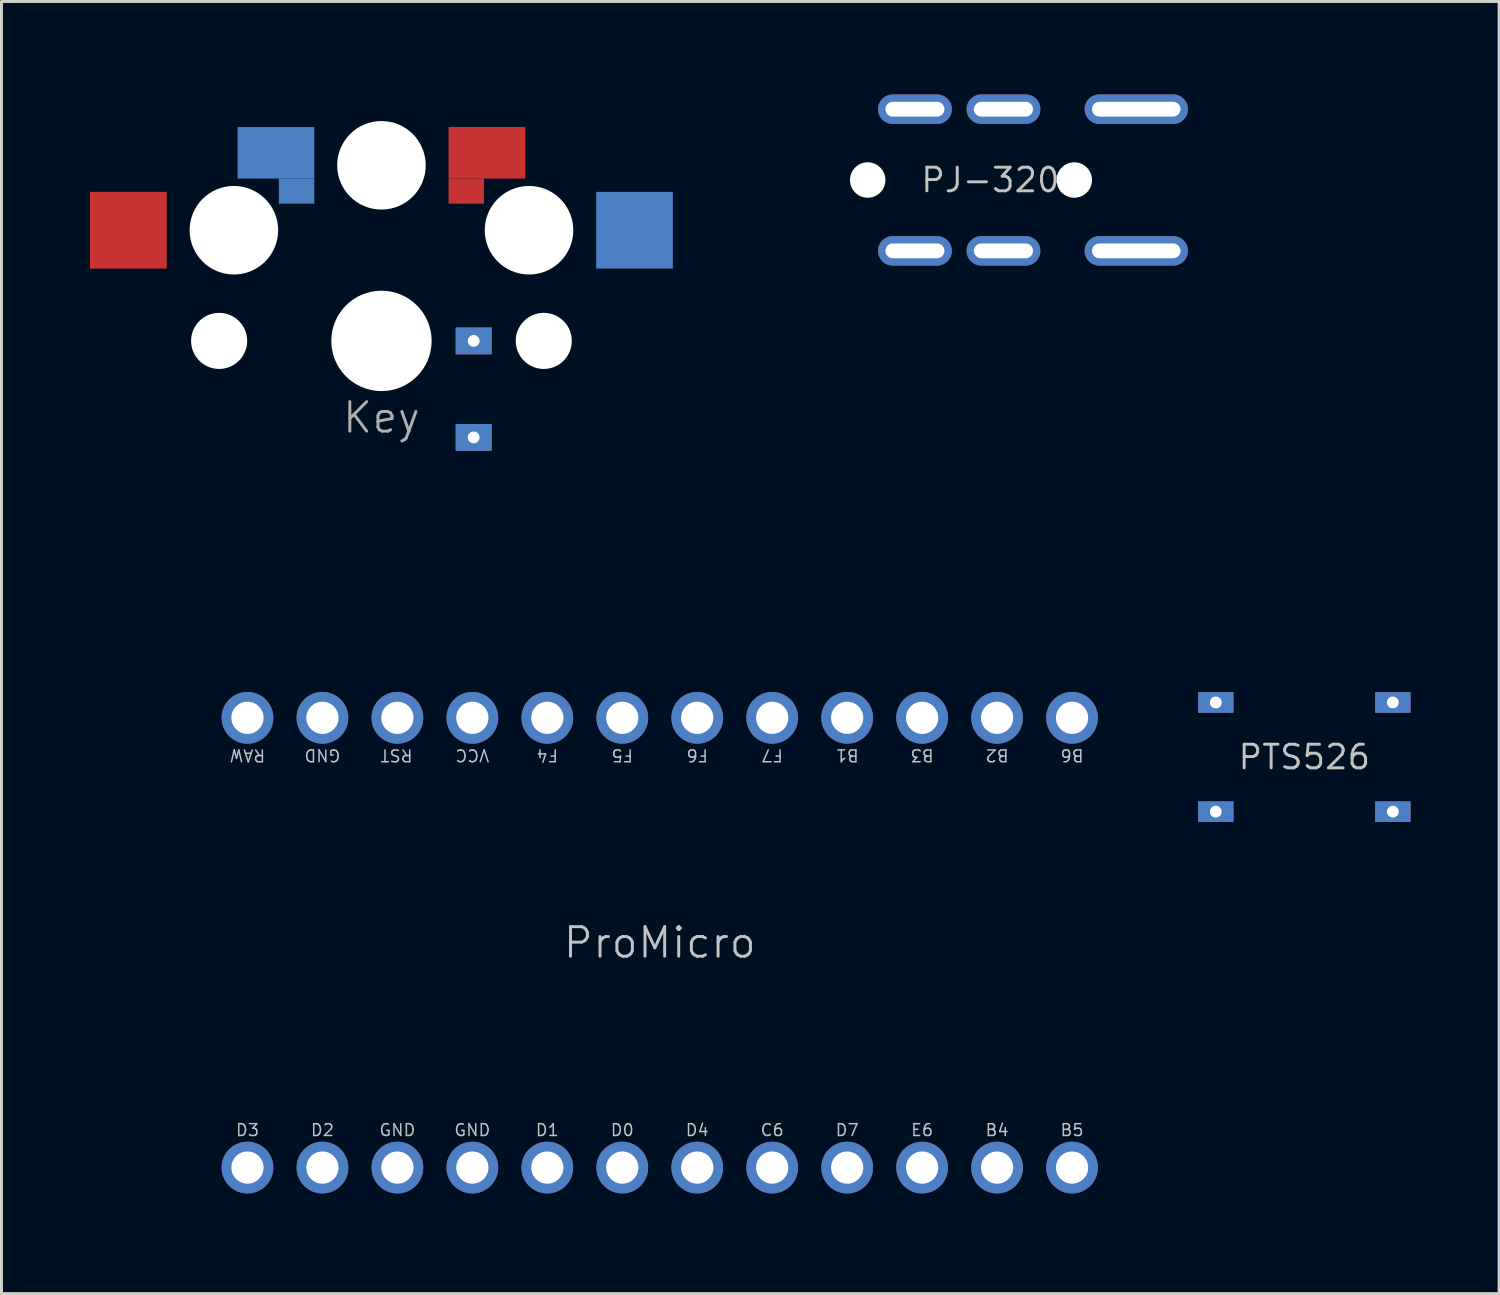
<source format=kicad_pcb>
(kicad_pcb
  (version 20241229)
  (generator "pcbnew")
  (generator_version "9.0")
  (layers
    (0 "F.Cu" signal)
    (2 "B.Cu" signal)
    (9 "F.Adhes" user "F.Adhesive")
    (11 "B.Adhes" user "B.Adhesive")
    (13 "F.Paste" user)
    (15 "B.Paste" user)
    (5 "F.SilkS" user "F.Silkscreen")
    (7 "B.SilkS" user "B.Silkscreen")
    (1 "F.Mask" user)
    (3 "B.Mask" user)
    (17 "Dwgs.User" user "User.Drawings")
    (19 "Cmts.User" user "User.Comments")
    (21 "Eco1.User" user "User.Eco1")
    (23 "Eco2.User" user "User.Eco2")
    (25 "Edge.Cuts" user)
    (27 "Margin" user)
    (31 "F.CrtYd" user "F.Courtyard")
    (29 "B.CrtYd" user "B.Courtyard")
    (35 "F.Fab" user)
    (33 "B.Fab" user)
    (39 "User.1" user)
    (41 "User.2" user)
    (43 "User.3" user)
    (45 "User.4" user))
  (footprint "PJ-320A"
    (layer "F.Cu")
    (at 30.851 3.05)
    (property "Reference" "PJ-320A" (at 0 0 0) (unlocked yes) (layer "Dwgs.User") (effects (font (size 0.8 0.8) (thickness 0.1))))
    (attr through_hole)
    (fp_rect (start -8.1 -3.05) (end 6.1 3.05) (stroke (width 0.001) (type default)) (fill no) (layer "B.Fab"))
    (fp_rect (start 6.1 -3.05) (end -8.1 3.05) (stroke (width 0.001) (type default)) (fill no) (layer "F.Fab"))
    (pad "" np_thru_hole circle (at -4.5 0) (size 1.2 1.2) (drill 1.2) (layers "*.Cu"))
    (pad "" np_thru_hole circle (at 2.5 0) (size 1.2 1.2) (drill 1.2) (layers "*.Cu"))
    (pad "1" thru_hole oval (at -2.9 2.4) (size 2.5 1) (drill oval 2 0.5) (layers "*.Cu" "*.Mask"))
    (pad "2" thru_hole oval (at 0.1 2.4) (size 2.5 1) (drill oval 2 0.5) (layers "*.Cu" "*.Mask"))
    (pad "3" thru_hole oval (at 4.6 2.4) (size 3.5 1) (drill oval 3 0.5) (layers "*.Cu" "*.Mask"))
    (pad "4" thru_hole oval (at 4.6 -2.4) (size 3.5 1) (drill oval 3 0.5) (layers "*.Cu" "*.Mask"))
    (pad "5" thru_hole oval (at 0.1 -2.4) (size 2.5 1) (drill oval 2 0.5) (layers "*.Cu" "*.Mask"))
    (pad "6" thru_hole oval (at -2.9 -2.4) (size 2.5 1) (drill oval 2 0.5) (layers "*.Cu" "*.Mask")))
  (footprint "ProMicro"
    (layer "F.Cu")
    (at 19.305 28.892)
    (property "Reference" "ProMicro" (at 0 0 0) (layer "Dwgs.User") (effects (font (size 1 1) (thickness 0.1))))
    (attr through_hole)
    (fp_rect (start -19.304 -3.556) (end -14.224 3.81) (stroke (width 0.001) (type default)) (fill no) (layer "Dwgs.User"))
    (fp_rect (start -17.78 -8.89) (end 15.24 8.89) (stroke (width 0.001) (type default)) (fill no) (layer "F.Fab"))
    (fp_text user "D3" (at -13.97 6.35 0) (unlocked yes) (layer "Dwgs.User") (effects (font (size 0.4 0.4) (thickness 0.05))))
    (fp_text user "D0" (at -1.27 6.35 0) (unlocked yes) (layer "Dwgs.User") (effects (font (size 0.4 0.4) (thickness 0.05))))
    (fp_text user "D1" (at -3.81 6.35 0) (unlocked yes) (layer "Dwgs.User") (effects (font (size 0.4 0.4) (thickness 0.05))))
    (fp_text user "F5" (at -1.27 -6.35 180) (unlocked yes) (layer "Dwgs.User") (effects (font (size 0.4 0.4) (thickness 0.05))))
    (fp_text user "RAW" (at -13.97 -6.35 180) (unlocked yes) (layer "Dwgs.User") (effects (font (size 0.4 0.4) (thickness 0.05))))
    (fp_text user "GND" (at -11.43 -6.35 180) (unlocked yes) (layer "Dwgs.User") (effects (font (size 0.4 0.4) (thickness 0.05))))
    (fp_text user "RST" (at -8.92 -6.35 180) (unlocked yes) (layer "Dwgs.User") (effects (font (size 0.4 0.4) (thickness 0.05))))
    (fp_text user "B1" (at 6.35 -6.35 180) (unlocked yes) (layer "Dwgs.User") (effects (font (size 0.4 0.4) (thickness 0.05))))
    (fp_text user "B5" (at 13.97 6.35 0) (unlocked yes) (layer "Dwgs.User") (effects (font (size 0.4 0.4) (thickness 0.05))))
    (fp_text user "F4" (at -3.81 -6.35 180) (unlocked yes) (layer "Dwgs.User") (effects (font (size 0.4 0.4) (thickness 0.05))))
    (fp_text user "VCC" (at -6.35 -6.35 180) (unlocked yes) (layer "Dwgs.User") (effects (font (size 0.4 0.4) (thickness 0.05))))
    (fp_text user "F6" (at 1.27 -6.35 180) (unlocked yes) (layer "Dwgs.User") (effects (font (size 0.4 0.4) (thickness 0.05))))
    (fp_text user "F7" (at 3.81 -6.35 180) (unlocked yes) (layer "Dwgs.User") (effects (font (size 0.4 0.4) (thickness 0.05))))
    (fp_text user "C6" (at 3.81 6.35 0) (unlocked yes) (layer "Dwgs.User") (effects (font (size 0.4 0.4) (thickness 0.05))))
    (fp_text user "GND" (at -8.89 6.35 0) (unlocked yes) (layer "Dwgs.User") (effects (font (size 0.4 0.4) (thickness 0.05))))
    (fp_text user "E6" (at 8.89 6.35 0) (unlocked yes) (layer "Dwgs.User") (effects (font (size 0.4 0.4) (thickness 0.05))))
    (fp_text user "D2" (at -11.43 6.35 0) (unlocked yes) (layer "Dwgs.User") (effects (font (size 0.4 0.4) (thickness 0.05))))
    (fp_text user "B6" (at 13.97 -6.35 180) (unlocked yes) (layer "Dwgs.User") (effects (font (size 0.4 0.4) (thickness 0.05))))
    (fp_text user "D4" (at 1.27 6.35 0) (unlocked yes) (layer "Dwgs.User") (effects (font (size 0.4 0.4) (thickness 0.05))))
    (fp_text user "GND" (at -6.35 6.35 0) (unlocked yes) (layer "Dwgs.User") (effects (font (size 0.4 0.4) (thickness 0.05))))
    (fp_text user "B3" (at 8.89 -6.35 180) (unlocked yes) (layer "Dwgs.User") (effects (font (size 0.4 0.4) (thickness 0.05))))
    (fp_text user "B2" (at 11.43 -6.35 180) (unlocked yes) (layer "Dwgs.User") (effects (font (size 0.4 0.4) (thickness 0.05))))
    (fp_text user "D7" (at 6.35 6.35 0) (unlocked yes) (layer "Dwgs.User") (effects (font (size 0.4 0.4) (thickness 0.05))))
    (fp_text user "B4" (at 11.43 6.35 0) (unlocked yes) (layer "Dwgs.User") (effects (font (size 0.4 0.4) (thickness 0.05))))
    (pad "1" thru_hole circle (at -13.97 7.62) (size 1.753 1.753) (drill 1.092) (layers "*.Cu" "*.Mask"))
    (pad "2" thru_hole circle (at -11.43 7.62) (size 1.753 1.753) (drill 1.092) (layers "*.Cu" "*.Mask"))
    (pad "3" thru_hole circle (at -8.89 7.62) (size 1.753 1.753) (drill 1.092) (layers "*.Cu" "*.Mask"))
    (pad "4" thru_hole circle (at -6.35 7.62) (size 1.753 1.753) (drill 1.092) (layers "*.Cu" "*.Mask"))
    (pad "5" thru_hole circle (at -3.81 7.62) (size 1.753 1.753) (drill 1.092) (layers "*.Cu" "*.Mask"))
    (pad "6" thru_hole circle (at -1.27 7.62) (size 1.753 1.753) (drill 1.092) (layers "*.Cu" "*.Mask"))
    (pad "7" thru_hole circle (at 1.27 7.62) (size 1.753 1.753) (drill 1.092) (layers "*.Cu" "*.Mask"))
    (pad "8" thru_hole circle (at 3.81 7.62) (size 1.753 1.753) (drill 1.092) (layers "*.Cu" "*.Mask"))
    (pad "9" thru_hole circle (at 6.35 7.62) (size 1.753 1.753) (drill 1.092) (layers "*.Cu" "*.Mask"))
    (pad "10" thru_hole circle (at 8.89 7.62) (size 1.753 1.753) (drill 1.092) (layers "*.Cu" "*.Mask"))
    (pad "11" thru_hole circle (at 11.43 7.62) (size 1.753 1.753) (drill 1.092) (layers "*.Cu" "*.Mask"))
    (pad "12" thru_hole circle (at 13.97 7.62) (size 1.753 1.753) (drill 1.092) (layers "*.Cu" "*.Mask"))
    (pad "13" thru_hole circle (at 13.97 -7.62) (size 1.753 1.753) (drill 1.092) (layers "*.Cu" "*.Mask"))
    (pad "14" thru_hole circle (at 11.43 -7.62) (size 1.753 1.753) (drill 1.092) (layers "*.Cu" "*.Mask"))
    (pad "15" thru_hole circle (at 8.89 -7.62) (size 1.753 1.753) (drill 1.092) (layers "*.Cu" "*.Mask"))
    (pad "16" thru_hole circle (at 6.35 -7.62) (size 1.753 1.753) (drill 1.092) (layers "*.Cu" "*.Mask"))
    (pad "17" thru_hole circle (at 3.81 -7.62) (size 1.753 1.753) (drill 1.092) (layers "*.Cu" "*.Mask"))
    (pad "18" thru_hole circle (at 1.27 -7.62) (size 1.753 1.753) (drill 1.092) (layers "*.Cu" "*.Mask"))
    (pad "19" thru_hole circle (at -1.27 -7.62) (size 1.753 1.753) (drill 1.092) (layers "*.Cu" "*.Mask"))
    (pad "20" thru_hole circle (at -3.81 -7.62) (size 1.753 1.753) (drill 1.092) (layers "*.Cu" "*.Mask"))
    (pad "21" thru_hole circle (at -6.35 -7.62) (size 1.753 1.753) (drill 1.092) (layers "*.Cu" "*.Mask"))
    (pad "22" thru_hole circle (at -8.89 -7.62) (size 1.753 1.753) (drill 1.092) (layers "*.Cu" "*.Mask"))
    (pad "23" thru_hole circle (at -11.43 -7.62) (size 1.753 1.753) (drill 1.092) (layers "*.Cu" "*.Mask"))
    (pad "24" thru_hole circle (at -13.97 -7.62) (size 1.753 1.753) (drill 1.092) (layers "*.Cu" "*.Mask")))
  (footprint "PTS526"
    (layer "F.Cu")
    (at 41.145 22.602)
    (property "Reference" "PTS526" (at 0 0 0) (unlocked yes) (layer "Dwgs.User") (effects (font (size 0.8 0.8) (thickness 0.1))))
    (attr smd)
    (fp_rect (start -2.6 -2.6) (end 2.6 2.6) (stroke (width 0.001) (type default)) (fill no) (layer "B.Fab"))
    (fp_rect (start -2.6 -2.6) (end 2.6 2.6) (stroke (width 0.001) (type default)) (fill no) (layer "F.Fab"))
    (pad "1" thru_hole rect (at -3 -1.85) (size 1.2 0.7) (drill 0.4) (layers "*.Cu" "*.Mask"))
    (pad "2" thru_hole rect (at 3 -1.85) (size 1.2 0.7) (drill 0.4) (layers "*.Cu" "*.Mask"))
    (pad "3" thru_hole rect (at -3 1.85) (size 1.2 0.7) (drill 0.4) (layers "*.Cu" "*.Mask"))
    (pad "4" thru_hole rect (at 3 1.85) (size 1.2 0.7) (drill 0.4) (layers "*.Cu" "*.Mask")))
  (footprint "Key"
    (layer "F.Cu")
    (at 9.875 8.501)
    (property "Reference" "Key" (at 0 2.6 0) (unlocked yes) (layer "F.Fab") (effects (font (size 1 1) (thickness 0.1))))
    (attr through_hole)
    (fp_rect (start -9 -8.5) (end 9 8.5) (stroke (width 0.001) (type default)) (fill no) (layer "Dwgs.User"))
    (fp_rect (start -6.9 -6.9) (end 6.9 6.9) (stroke (width 0.001) (type default)) (fill no) (layer "B.Fab"))
    (fp_rect (start 7.275 -8.275) (end -2.275 -1.425) (stroke (width 0.001) (type default)) (fill no) (layer "B.Fab"))
    (fp_rect (start -7.275 -8.275) (end 2.275 -1.425) (stroke (width 0.001) (type default)) (fill no) (layer "F.Fab"))
    (fp_rect (start -6.9 -6.9) (end 6.9 6.9) (stroke (width 0.001) (type default)) (fill no) (layer "F.Fab"))
    (pad "" np_thru_hole circle (at -5.5 0) (size 1.9 1.9) (drill 1.9) (layers "*.Cu" "*.Mask"))
    (pad "" np_thru_hole circle (at -5 -3.75) (size 3 3) (drill 3) (layers "*.Cu" "*.Mask"))
    (pad "" np_thru_hole circle (at 0 -5.95) (size 3 3) (drill 3) (layers "*.Cu" "*.Mask"))
    (pad "" np_thru_hole circle (at 0 0) (size 3.4 3.4) (drill 3.4) (layers "*.Cu" "*.Mask"))
    (pad "" np_thru_hole circle (at 5 -3.75) (size 3 3) (drill 3) (layers "*.Cu" "*.Mask"))
    (pad "" np_thru_hole circle (at 5.5 0) (size 1.9 1.9) (drill 1.9) (layers "*.Cu" "*.Mask"))
    (pad "1" smd rect (at -8.575 -3.75) (size 2.6 2.6) (layers "F.Cu" "F.Mask" "F.Paste"))
    (pad "2" smd rect (at -3.575 -6.375) (size 2.6 1.75) (layers "B.Cu" "B.Mask" "B.Paste"))
    (pad "2" smd rect (at -2.875 -5.075) (size 1.2 0.85) (layers "B.Cu" "B.Mask" "B.Paste"))
    (pad "3" smd rect (at 8.575 -3.75) (size 2.6 2.6) (layers "B.Cu" "B.Mask" "B.Paste"))
    (pad "4" smd rect (at 2.875 -5.075) (size 1.2 0.85) (layers "F.Cu" "F.Mask" "F.Paste"))
    (pad "4" smd rect (at 3.575 -6.375) (size 2.6 1.75) (layers "F.Cu" "F.Mask" "F.Paste"))
    (pad "5" thru_hole rect (at 3.125 0 90) (size 0.91 1.22) (drill 0.4) (layers "*.Cu" "*.Paste" "*.Mask"))
    (pad "6" thru_hole rect (at 3.125 3.27 90) (size 0.91 1.22) (drill 0.4) (layers "*.Cu" "*.Paste" "*.Mask")))
  (gr_rect
    (start -3 -3)
    (end 47.745 40.782)
    (stroke (width 0.1) (type default))
    (fill no)
    (layer "Edge.Cuts")))
</source>
